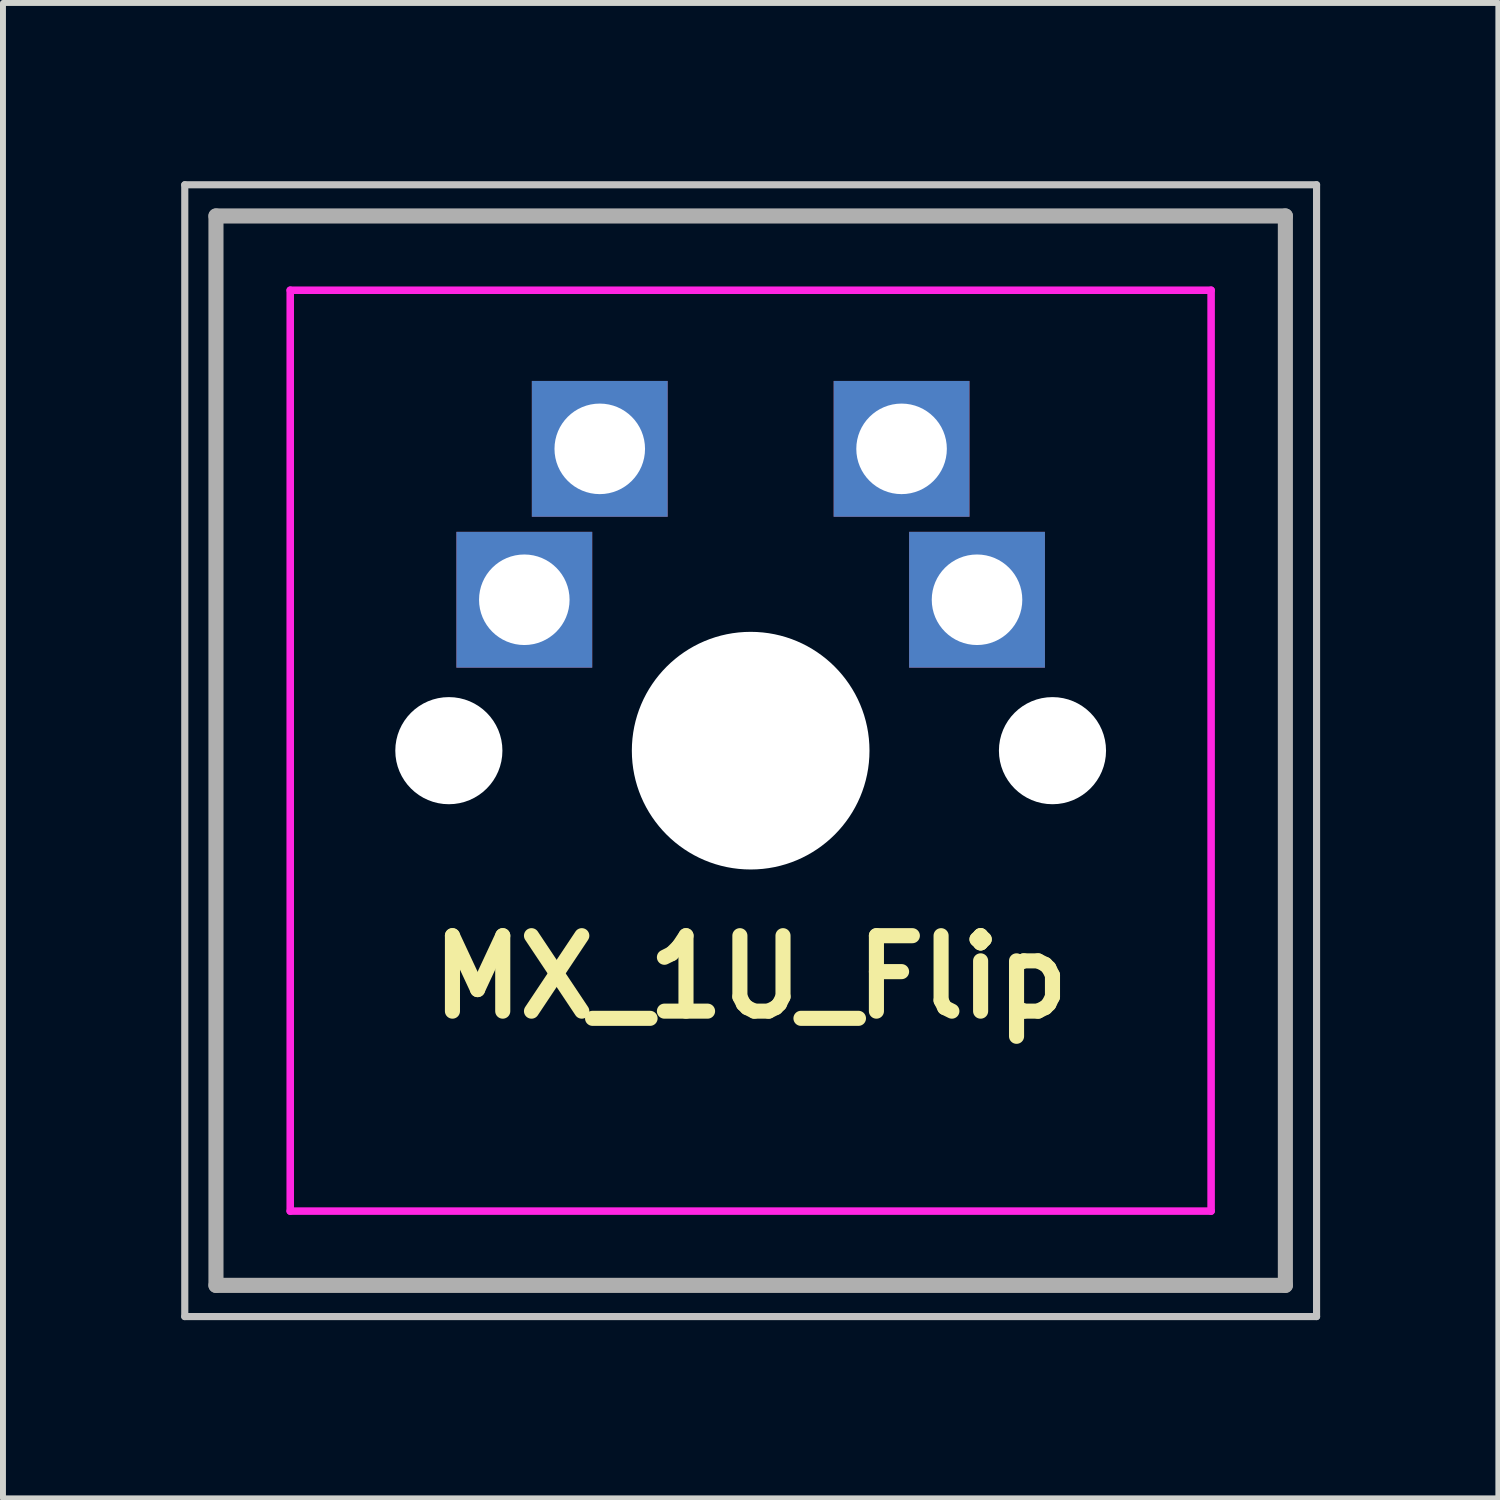
<source format=kicad_pcb>
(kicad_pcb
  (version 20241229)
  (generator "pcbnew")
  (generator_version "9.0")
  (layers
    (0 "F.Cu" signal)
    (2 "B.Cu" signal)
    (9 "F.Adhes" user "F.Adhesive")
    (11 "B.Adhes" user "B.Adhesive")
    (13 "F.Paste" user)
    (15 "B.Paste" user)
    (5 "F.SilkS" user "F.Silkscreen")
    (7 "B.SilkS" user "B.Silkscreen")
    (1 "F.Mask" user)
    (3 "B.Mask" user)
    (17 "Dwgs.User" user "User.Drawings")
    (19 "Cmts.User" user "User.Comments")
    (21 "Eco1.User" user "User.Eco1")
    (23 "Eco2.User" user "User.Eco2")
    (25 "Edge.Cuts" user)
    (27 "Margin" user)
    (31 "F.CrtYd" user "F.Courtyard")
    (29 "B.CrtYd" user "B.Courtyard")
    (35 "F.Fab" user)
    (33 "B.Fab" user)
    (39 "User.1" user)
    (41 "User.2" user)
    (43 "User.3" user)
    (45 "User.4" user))
  (footprint "MX_1U_Flip"
    (layer "F.Cu")
    (at 9.585 9.585)
    (property "Reference" "MX_1U_Flip" (at 0 3.81 180) (layer "F.SilkS") (effects (font (size 1.27 1.27) (thickness 0.254))))
    (attr through_hole)
    (fp_line (start -9.525 -9.525) (end -9.525 9.525) (stroke (width 0.12) (type solid)) (layer "Dwgs.User"))
    (fp_line (start -9.525 -9.525) (end 9.525 -9.525) (stroke (width 0.12) (type solid)) (layer "Dwgs.User"))
    (fp_line (start -9.525 9.525) (end 9.525 9.525) (stroke (width 0.12) (type solid)) (layer "Dwgs.User"))
    (fp_line (start 9.525 -9.525) (end 9.525 9.525) (stroke (width 0.12) (type solid)) (layer "Dwgs.User"))
    (fp_line (start -7 6.746) (end -7 -6.746) (stroke (width 0.025) (type solid)) (layer "Eco1.User"))
    (fp_line (start -6.746 -7) (end 6.746 -7) (stroke (width 0.025) (type solid)) (layer "Eco1.User"))
    (fp_line (start 6.746 7) (end -6.746 7) (stroke (width 0.025) (type solid)) (layer "Eco1.User"))
    (fp_line (start 7 -6.746) (end 7 6.746) (stroke (width 0.025) (type solid)) (layer "Eco1.User"))
    (fp_arc (start -7 -6.746) (mid -6.925605 -6.925605) (end -6.746 -7) (stroke (width 0.0254) (type solid)) (layer "Eco1.User"))
    (fp_arc (start -6.746 7) (mid -6.925605 6.925605) (end -7 6.746) (stroke (width 0.0254) (type solid)) (layer "Eco1.User"))
    (fp_arc (start 6.746 -7) (mid 6.925605 -6.925605) (end 7 -6.746) (stroke (width 0.0254) (type solid)) (layer "Eco1.User"))
    (fp_arc (start 7 6.746) (mid 6.925605 6.925605) (end 6.746 7) (stroke (width 0.0254) (type solid)) (layer "Eco1.User"))
    (fp_line (start -7.75 -7.75) (end 7.75 -7.75) (stroke (width 0.127) (type solid)) (layer "F.CrtYd"))
    (fp_line (start -7.75 7.75) (end -7.75 -7.75) (stroke (width 0.127) (type solid)) (layer "F.CrtYd"))
    (fp_line (start 7.75 -7.75) (end 7.75 7.75) (stroke (width 0.127) (type solid)) (layer "F.CrtYd"))
    (fp_line (start 7.75 7.75) (end -7.75 7.75) (stroke (width 0.127) (type solid)) (layer "F.CrtYd"))
    (fp_line (start -9 -9) (end 9 -9) (stroke (width 0.254) (type solid)) (layer "F.Fab"))
    (fp_line (start -9 9) (end -9 -9) (stroke (width 0.254) (type solid)) (layer "F.Fab"))
    (fp_line (start 9 -9) (end 9 9) (stroke (width 0.254) (type solid)) (layer "F.Fab"))
    (fp_line (start 9 9) (end -9 9) (stroke (width 0.254) (type solid)) (layer "F.Fab"))
    (pad "" np_thru_hole circle (at -5.08 0 180) (size 1.803 1.803) (drill 1.803) (layers "*.Cu" "*.Mask"))
    (pad "" np_thru_hole circle (at 0 0) (size 4 4) (drill 4) (layers "*.Cu" "*.Mask"))
    (pad "" np_thru_hole circle (at 5.08 0) (size 1.803 1.803) (drill 1.803) (layers "*.Cu" "*.Mask"))
    (pad "1" thru_hole rect (at -3.81 -2.54) (size 2.286 2.286) (drill 1.524) (layers "*.Cu" "F.Mask"))
    (pad "1" thru_hole rect (at -2.54 -5.08) (size 2.286 2.286) (drill 1.524) (layers "*.Cu" "B.Mask"))
    (pad "2" thru_hole rect (at 2.54 -5.08) (size 2.286 2.286) (drill 1.524) (layers "*.Cu" "F.Mask"))
    (pad "2" thru_hole rect (at 3.81 -2.54) (size 2.286 2.286) (drill 1.524) (layers "*.Cu" "B.Mask")))
  (gr_rect
    (start -3 -3)
    (end 22.17 22.17)
    (stroke (width 0.1) (type default))
    (fill no)
    (layer "Edge.Cuts")))
</source>
